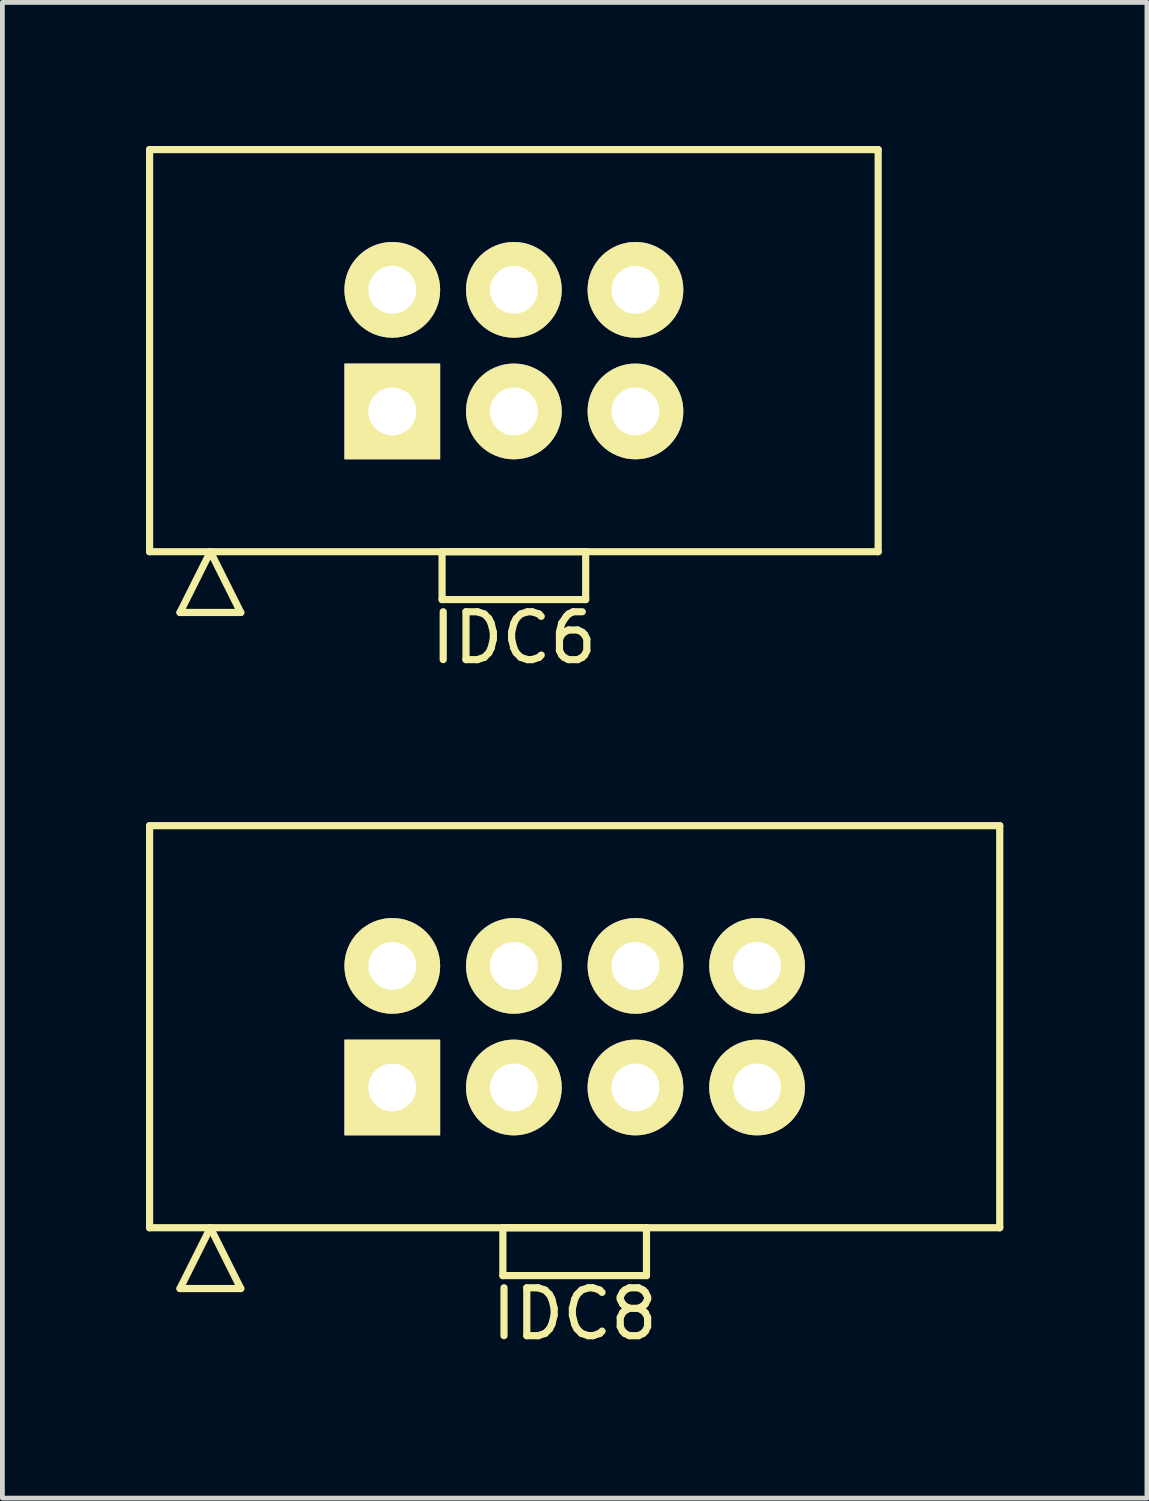
<source format=kicad_pcb>
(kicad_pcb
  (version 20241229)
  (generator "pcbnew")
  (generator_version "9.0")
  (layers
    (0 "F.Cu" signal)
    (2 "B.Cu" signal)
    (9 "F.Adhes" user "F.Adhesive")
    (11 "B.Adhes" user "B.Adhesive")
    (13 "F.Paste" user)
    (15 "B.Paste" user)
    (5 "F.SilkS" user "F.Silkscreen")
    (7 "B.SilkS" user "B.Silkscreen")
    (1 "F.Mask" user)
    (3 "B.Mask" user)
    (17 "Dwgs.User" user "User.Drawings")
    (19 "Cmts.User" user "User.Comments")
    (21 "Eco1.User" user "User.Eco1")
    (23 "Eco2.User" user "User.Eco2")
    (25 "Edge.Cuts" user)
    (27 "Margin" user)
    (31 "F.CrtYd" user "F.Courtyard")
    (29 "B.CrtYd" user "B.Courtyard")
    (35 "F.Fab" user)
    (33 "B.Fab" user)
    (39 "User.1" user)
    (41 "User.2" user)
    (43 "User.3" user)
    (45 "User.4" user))
  (footprint "IDC8"
    (layer "F.Cu")
    (at 8.955 18.398)
    (property "Reference" "IDC8" (at 0 6 0) (layer "F.SilkS") (effects (font (size 1 1) (thickness 0.15))))
    (attr through_hole)
    (fp_line (start -8.88 -4.2) (end -8.88 4.2) (stroke (width 0.15) (type solid)) (layer "F.SilkS"))
    (fp_line (start -8.88 4.2) (end 8.88 4.2) (stroke (width 0.15) (type solid)) (layer "F.SilkS"))
    (fp_line (start -8.245 5.47) (end -7.61 4.2) (stroke (width 0.15) (type solid)) (layer "F.SilkS"))
    (fp_line (start -8.245 5.47) (end -6.975 5.47) (stroke (width 0.15) (type solid)) (layer "F.SilkS"))
    (fp_line (start -6.975 5.47) (end -7.61 4.2) (stroke (width 0.15) (type solid)) (layer "F.SilkS"))
    (fp_line (start -1.5 4.2) (end -1.5 5.2) (stroke (width 0.15) (type solid)) (layer "F.SilkS"))
    (fp_line (start -1.5 5.2) (end 1.5 5.2) (stroke (width 0.15) (type solid)) (layer "F.SilkS"))
    (fp_line (start 1.5 4.2) (end -1.5 4.2) (stroke (width 0.15) (type solid)) (layer "F.SilkS"))
    (fp_line (start 1.5 5.2) (end 1.5 4.2) (stroke (width 0.15) (type solid)) (layer "F.SilkS"))
    (fp_line (start 8.88 -4.2) (end -8.88 -4.2) (stroke (width 0.15) (type solid)) (layer "F.SilkS"))
    (fp_line (start 8.88 4.2) (end 8.88 -4.2) (stroke (width 0.15) (type solid)) (layer "F.SilkS"))
    (pad "1" thru_hole rect (at -3.81 1.27) (size 2 2) (drill 1) (layers "*.Cu" "*.Mask" "F.SilkS"))
    (pad "2" thru_hole oval (at -3.81 -1.27) (size 2 2) (drill 1) (layers "*.Cu" "*.Mask" "F.SilkS"))
    (pad "3" thru_hole oval (at -1.27 1.27) (size 2 2) (drill 1) (layers "*.Cu" "*.Mask" "F.SilkS"))
    (pad "4" thru_hole oval (at -1.27 -1.27) (size 2 2) (drill 1) (layers "*.Cu" "*.Mask" "F.SilkS"))
    (pad "5" thru_hole oval (at 1.27 1.27) (size 2 2) (drill 1) (layers "*.Cu" "*.Mask" "F.SilkS"))
    (pad "6" thru_hole oval (at 1.27 -1.27) (size 2 2) (drill 1) (layers "*.Cu" "*.Mask" "F.SilkS"))
    (pad "7" thru_hole oval (at 3.81 1.27) (size 2 2) (drill 1) (layers "*.Cu" "*.Mask" "F.SilkS"))
    (pad "8" thru_hole oval (at 3.81 -1.27) (size 2 2) (drill 1) (layers "*.Cu" "*.Mask" "F.SilkS")))
  (footprint "IDC6"
    (layer "F.Cu")
    (at 7.685 4.275)
    (property "Reference" "IDC6" (at 0 6 0) (layer "F.SilkS") (effects (font (size 1 1) (thickness 0.15))))
    (attr through_hole)
    (fp_line (start -7.61 -4.2) (end -7.61 4.2) (stroke (width 0.15) (type solid)) (layer "F.SilkS"))
    (fp_line (start -7.61 4.2) (end 7.61 4.2) (stroke (width 0.15) (type solid)) (layer "F.SilkS"))
    (fp_line (start -6.975 5.47) (end -6.34 4.2) (stroke (width 0.15) (type solid)) (layer "F.SilkS"))
    (fp_line (start -6.975 5.47) (end -5.705 5.47) (stroke (width 0.15) (type solid)) (layer "F.SilkS"))
    (fp_line (start -5.705 5.47) (end -6.34 4.2) (stroke (width 0.15) (type solid)) (layer "F.SilkS"))
    (fp_line (start -1.5 4.2) (end -1.5 5.2) (stroke (width 0.15) (type solid)) (layer "F.SilkS"))
    (fp_line (start -1.5 5.2) (end 1.5 5.2) (stroke (width 0.15) (type solid)) (layer "F.SilkS"))
    (fp_line (start 1.5 4.2) (end -1.5 4.2) (stroke (width 0.15) (type solid)) (layer "F.SilkS"))
    (fp_line (start 1.5 5.2) (end 1.5 4.2) (stroke (width 0.15) (type solid)) (layer "F.SilkS"))
    (fp_line (start 7.61 -4.2) (end -7.61 -4.2) (stroke (width 0.15) (type solid)) (layer "F.SilkS"))
    (fp_line (start 7.61 4.2) (end 7.61 -4.2) (stroke (width 0.15) (type solid)) (layer "F.SilkS"))
    (pad "1" thru_hole rect (at -2.54 1.27) (size 2 2) (drill 1) (layers "*.Cu" "*.Mask" "F.SilkS"))
    (pad "2" thru_hole oval (at -2.54 -1.27) (size 2 2) (drill 1) (layers "*.Cu" "*.Mask" "F.SilkS"))
    (pad "3" thru_hole oval (at 0 1.27) (size 2 2) (drill 1) (layers "*.Cu" "*.Mask" "F.SilkS"))
    (pad "4" thru_hole oval (at 0 -1.27) (size 2 2) (drill 1) (layers "*.Cu" "*.Mask" "F.SilkS"))
    (pad "5" thru_hole oval (at 2.54 1.27) (size 2 2) (drill 1) (layers "*.Cu" "*.Mask" "F.SilkS"))
    (pad "6" thru_hole oval (at 2.54 -1.27) (size 2 2) (drill 1) (layers "*.Cu" "*.Mask" "F.SilkS")))
  (gr_rect
    (start -3 -3)
    (end 20.91 28.247)
    (stroke (width 0.1) (type default))
    (fill no)
    (layer "Edge.Cuts")))
</source>
